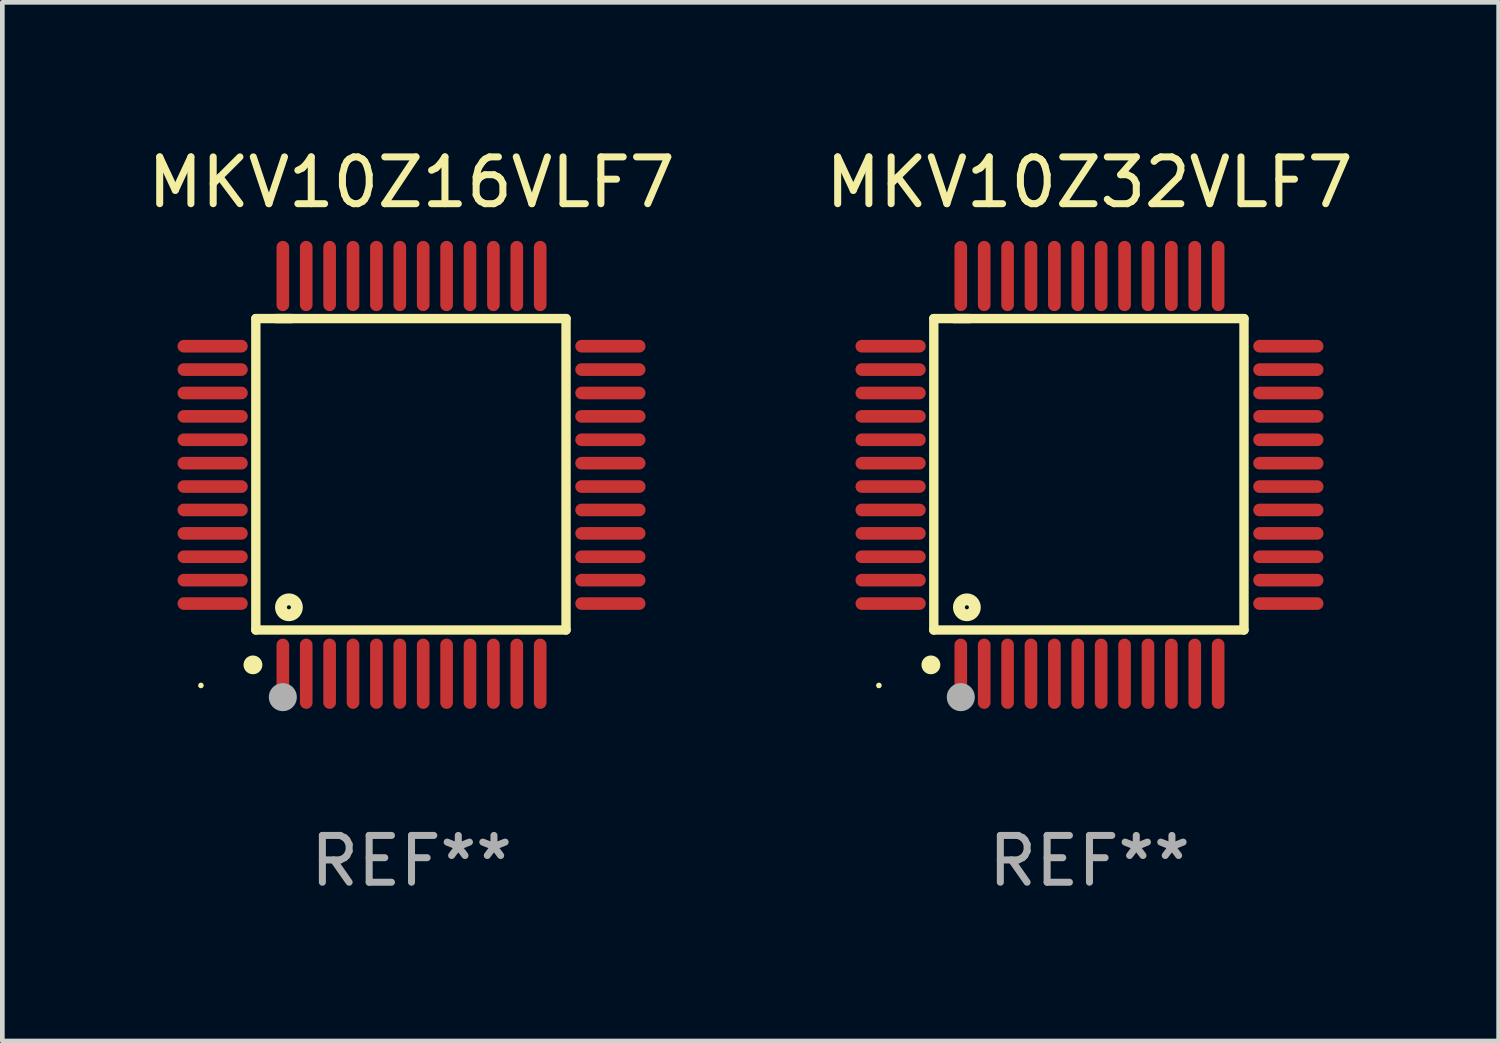
<source format=kicad_pcb>
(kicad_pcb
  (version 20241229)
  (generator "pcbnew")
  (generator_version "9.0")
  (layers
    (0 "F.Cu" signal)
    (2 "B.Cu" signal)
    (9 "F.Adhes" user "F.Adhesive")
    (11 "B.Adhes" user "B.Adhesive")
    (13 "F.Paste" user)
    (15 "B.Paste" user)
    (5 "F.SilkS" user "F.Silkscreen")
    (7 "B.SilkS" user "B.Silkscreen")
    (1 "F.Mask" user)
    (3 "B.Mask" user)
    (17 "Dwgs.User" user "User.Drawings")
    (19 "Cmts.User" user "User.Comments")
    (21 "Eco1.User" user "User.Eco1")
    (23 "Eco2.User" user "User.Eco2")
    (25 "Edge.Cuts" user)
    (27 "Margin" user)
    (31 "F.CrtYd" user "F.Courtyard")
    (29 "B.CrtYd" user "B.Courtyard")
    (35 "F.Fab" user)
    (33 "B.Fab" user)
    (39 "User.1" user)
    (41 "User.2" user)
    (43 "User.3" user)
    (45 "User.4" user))
  (footprint "MKV10Z16VLF7"
    (layer "F.Cu")
    (at 5.744 7.098)
    (property "Reference" "MKV10Z16VLF7" (at 0 -6.25 0) (layer "F.SilkS") (effects (font (size 1 1) (thickness 0.15))))
    (attr through_hole)
    (fp_line (start -3.327 -3.34) (end -2.565 -3.34) (stroke (width 0.2) (type solid)) (layer "F.SilkS"))
    (fp_line (start -3.327 3.315) (end -3.327 -3.34) (stroke (width 0.2) (type solid)) (layer "F.SilkS"))
    (fp_line (start -2.896 -3.34) (end 3.302 -3.34) (stroke (width 0.2) (type solid)) (layer "F.SilkS"))
    (fp_line (start 3.302 -3.34) (end 3.302 3.315) (stroke (width 0.2) (type solid)) (layer "F.SilkS"))
    (fp_line (start 3.302 3.315) (end -3.327 3.315) (stroke (width 0.2) (type solid)) (layer "F.SilkS"))
    (fp_arc (start -3.389992 4.059995) (mid -3.388722 4.059991) (end -3.387452 4.059995) (stroke (width 0.4) (type solid)) (layer "F.SilkS"))
    (fp_circle (center -4.5 4.5) (end -4.47 4.5) (stroke (width 0.06) (type solid)) (fill no) (layer "F.SilkS"))
    (fp_circle (center -2.62 2.83) (end -2.45 2.83) (stroke (width 0.254) (type solid)) (fill no) (layer "F.SilkS"))
    (fp_circle (center -2.75 4.75) (end -2.6 4.75) (stroke (width 0.3) (type solid)) (fill no) (layer "F.Fab"))
    (fp_text user "REF**" (at 0 8.25 0) (layer "F.Fab") (effects (font (size 1 1) (thickness 0.15))))
    (pad "1" smd oval (at -2.75 4.25) (size 0.27 1.5) (layers "F.Cu" "F.Mask" "F.Paste"))
    (pad "2" smd oval (at -2.25 4.25) (size 0.27 1.5) (layers "F.Cu" "F.Mask" "F.Paste"))
    (pad "3" smd oval (at -1.75 4.25) (size 0.27 1.5) (layers "F.Cu" "F.Mask" "F.Paste"))
    (pad "4" smd oval (at -1.25 4.25) (size 0.27 1.5) (layers "F.Cu" "F.Mask" "F.Paste"))
    (pad "5" smd oval (at -0.75 4.25) (size 0.27 1.5) (layers "F.Cu" "F.Mask" "F.Paste"))
    (pad "6" smd oval (at -0.25 4.25) (size 0.27 1.5) (layers "F.Cu" "F.Mask" "F.Paste"))
    (pad "7" smd oval (at 0.25 4.25) (size 0.27 1.5) (layers "F.Cu" "F.Mask" "F.Paste"))
    (pad "8" smd oval (at 0.75 4.25) (size 0.27 1.5) (layers "F.Cu" "F.Mask" "F.Paste"))
    (pad "9" smd oval (at 1.25 4.25) (size 0.27 1.5) (layers "F.Cu" "F.Mask" "F.Paste"))
    (pad "10" smd oval (at 1.75 4.25) (size 0.27 1.5) (layers "F.Cu" "F.Mask" "F.Paste"))
    (pad "11" smd oval (at 2.25 4.25) (size 0.27 1.5) (layers "F.Cu" "F.Mask" "F.Paste"))
    (pad "12" smd oval (at 2.75 4.25) (size 0.27 1.5) (layers "F.Cu" "F.Mask" "F.Paste"))
    (pad "13" smd oval (at 4.25 2.75) (size 1.5 0.27) (layers "F.Cu" "F.Mask" "F.Paste"))
    (pad "14" smd oval (at 4.25 2.25) (size 1.5 0.27) (layers "F.Cu" "F.Mask" "F.Paste"))
    (pad "15" smd oval (at 4.25 1.75) (size 1.5 0.27) (layers "F.Cu" "F.Mask" "F.Paste"))
    (pad "16" smd oval (at 4.25 1.25) (size 1.5 0.27) (layers "F.Cu" "F.Mask" "F.Paste"))
    (pad "17" smd oval (at 4.25 0.75) (size 1.5 0.27) (layers "F.Cu" "F.Mask" "F.Paste"))
    (pad "18" smd oval (at 4.25 0.25) (size 1.5 0.27) (layers "F.Cu" "F.Mask" "F.Paste"))
    (pad "19" smd oval (at 4.25 -0.25) (size 1.5 0.27) (layers "F.Cu" "F.Mask" "F.Paste"))
    (pad "20" smd oval (at 4.25 -0.75) (size 1.5 0.27) (layers "F.Cu" "F.Mask" "F.Paste"))
    (pad "21" smd oval (at 4.25 -1.25) (size 1.5 0.27) (layers "F.Cu" "F.Mask" "F.Paste"))
    (pad "22" smd oval (at 4.25 -1.75) (size 1.5 0.27) (layers "F.Cu" "F.Mask" "F.Paste"))
    (pad "23" smd oval (at 4.25 -2.25) (size 1.5 0.27) (layers "F.Cu" "F.Mask" "F.Paste"))
    (pad "24" smd oval (at 4.25 -2.75) (size 1.5 0.27) (layers "F.Cu" "F.Mask" "F.Paste"))
    (pad "25" smd oval (at 2.75 -4.25) (size 0.27 1.5) (layers "F.Cu" "F.Mask" "F.Paste"))
    (pad "26" smd oval (at 2.25 -4.25) (size 0.27 1.5) (layers "F.Cu" "F.Mask" "F.Paste"))
    (pad "27" smd oval (at 1.75 -4.25) (size 0.27 1.5) (layers "F.Cu" "F.Mask" "F.Paste"))
    (pad "28" smd oval (at 1.25 -4.25) (size 0.27 1.5) (layers "F.Cu" "F.Mask" "F.Paste"))
    (pad "29" smd oval (at 0.75 -4.25) (size 0.27 1.5) (layers "F.Cu" "F.Mask" "F.Paste"))
    (pad "30" smd oval (at 0.25 -4.25) (size 0.27 1.5) (layers "F.Cu" "F.Mask" "F.Paste"))
    (pad "31" smd oval (at -0.25 -4.25) (size 0.27 1.5) (layers "F.Cu" "F.Mask" "F.Paste"))
    (pad "32" smd oval (at -0.75 -4.25) (size 0.27 1.5) (layers "F.Cu" "F.Mask" "F.Paste"))
    (pad "33" smd oval (at -1.25 -4.25) (size 0.27 1.5) (layers "F.Cu" "F.Mask" "F.Paste"))
    (pad "34" smd oval (at -1.75 -4.25) (size 0.27 1.5) (layers "F.Cu" "F.Mask" "F.Paste"))
    (pad "35" smd oval (at -2.25 -4.25) (size 0.27 1.5) (layers "F.Cu" "F.Mask" "F.Paste"))
    (pad "36" smd oval (at -2.75 -4.25) (size 0.27 1.5) (layers "F.Cu" "F.Mask" "F.Paste"))
    (pad "37" smd oval (at -4.25 -2.75) (size 1.5 0.27) (layers "F.Cu" "F.Mask" "F.Paste"))
    (pad "38" smd oval (at -4.25 -2.25) (size 1.5 0.27) (layers "F.Cu" "F.Mask" "F.Paste"))
    (pad "39" smd oval (at -4.25 -1.75) (size 1.5 0.27) (layers "F.Cu" "F.Mask" "F.Paste"))
    (pad "40" smd oval (at -4.25 -1.25) (size 1.5 0.27) (layers "F.Cu" "F.Mask" "F.Paste"))
    (pad "41" smd oval (at -4.25 -0.75) (size 1.5 0.27) (layers "F.Cu" "F.Mask" "F.Paste"))
    (pad "42" smd oval (at -4.25 -0.25) (size 1.5 0.27) (layers "F.Cu" "F.Mask" "F.Paste"))
    (pad "43" smd oval (at -4.25 0.25) (size 1.5 0.27) (layers "F.Cu" "F.Mask" "F.Paste"))
    (pad "44" smd oval (at -4.25 0.75) (size 1.5 0.27) (layers "F.Cu" "F.Mask" "F.Paste"))
    (pad "45" smd oval (at -4.25 1.25) (size 1.5 0.27) (layers "F.Cu" "F.Mask" "F.Paste"))
    (pad "46" smd oval (at -4.25 1.75) (size 1.5 0.27) (layers "F.Cu" "F.Mask" "F.Paste"))
    (pad "47" smd oval (at -4.25 2.25) (size 1.5 0.27) (layers "F.Cu" "F.Mask" "F.Paste"))
    (pad "48" smd oval (at -4.25 2.75) (size 1.5 0.27) (layers "F.Cu" "F.Mask" "F.Paste")))
  (footprint "MKV10Z32VLF7"
    (layer "F.Cu")
    (at 20.232 7.098)
    (property "Reference" "MKV10Z32VLF7" (at 0 -6.25 0) (layer "F.SilkS") (effects (font (size 1 1) (thickness 0.15))))
    (attr through_hole)
    (fp_line (start -3.327 -3.34) (end -2.565 -3.34) (stroke (width 0.2) (type solid)) (layer "F.SilkS"))
    (fp_line (start -3.327 3.315) (end -3.327 -3.34) (stroke (width 0.2) (type solid)) (layer "F.SilkS"))
    (fp_line (start -2.896 -3.34) (end 3.302 -3.34) (stroke (width 0.2) (type solid)) (layer "F.SilkS"))
    (fp_line (start 3.302 -3.34) (end 3.302 3.315) (stroke (width 0.2) (type solid)) (layer "F.SilkS"))
    (fp_line (start 3.302 3.315) (end -3.327 3.315) (stroke (width 0.2) (type solid)) (layer "F.SilkS"))
    (fp_arc (start -3.389992 4.059995) (mid -3.388722 4.059991) (end -3.387452 4.059995) (stroke (width 0.4) (type solid)) (layer "F.SilkS"))
    (fp_circle (center -4.5 4.5) (end -4.47 4.5) (stroke (width 0.06) (type solid)) (fill no) (layer "F.SilkS"))
    (fp_circle (center -2.62 2.83) (end -2.45 2.83) (stroke (width 0.254) (type solid)) (fill no) (layer "F.SilkS"))
    (fp_circle (center -2.75 4.75) (end -2.6 4.75) (stroke (width 0.3) (type solid)) (fill no) (layer "F.Fab"))
    (fp_text user "REF**" (at 0 8.25 0) (layer "F.Fab") (effects (font (size 1 1) (thickness 0.15))))
    (pad "1" smd oval (at -2.75 4.25) (size 0.27 1.5) (layers "F.Cu" "F.Mask" "F.Paste"))
    (pad "2" smd oval (at -2.25 4.25) (size 0.27 1.5) (layers "F.Cu" "F.Mask" "F.Paste"))
    (pad "3" smd oval (at -1.75 4.25) (size 0.27 1.5) (layers "F.Cu" "F.Mask" "F.Paste"))
    (pad "4" smd oval (at -1.25 4.25) (size 0.27 1.5) (layers "F.Cu" "F.Mask" "F.Paste"))
    (pad "5" smd oval (at -0.75 4.25) (size 0.27 1.5) (layers "F.Cu" "F.Mask" "F.Paste"))
    (pad "6" smd oval (at -0.25 4.25) (size 0.27 1.5) (layers "F.Cu" "F.Mask" "F.Paste"))
    (pad "7" smd oval (at 0.25 4.25) (size 0.27 1.5) (layers "F.Cu" "F.Mask" "F.Paste"))
    (pad "8" smd oval (at 0.75 4.25) (size 0.27 1.5) (layers "F.Cu" "F.Mask" "F.Paste"))
    (pad "9" smd oval (at 1.25 4.25) (size 0.27 1.5) (layers "F.Cu" "F.Mask" "F.Paste"))
    (pad "10" smd oval (at 1.75 4.25) (size 0.27 1.5) (layers "F.Cu" "F.Mask" "F.Paste"))
    (pad "11" smd oval (at 2.25 4.25) (size 0.27 1.5) (layers "F.Cu" "F.Mask" "F.Paste"))
    (pad "12" smd oval (at 2.75 4.25) (size 0.27 1.5) (layers "F.Cu" "F.Mask" "F.Paste"))
    (pad "13" smd oval (at 4.25 2.75) (size 1.5 0.27) (layers "F.Cu" "F.Mask" "F.Paste"))
    (pad "14" smd oval (at 4.25 2.25) (size 1.5 0.27) (layers "F.Cu" "F.Mask" "F.Paste"))
    (pad "15" smd oval (at 4.25 1.75) (size 1.5 0.27) (layers "F.Cu" "F.Mask" "F.Paste"))
    (pad "16" smd oval (at 4.25 1.25) (size 1.5 0.27) (layers "F.Cu" "F.Mask" "F.Paste"))
    (pad "17" smd oval (at 4.25 0.75) (size 1.5 0.27) (layers "F.Cu" "F.Mask" "F.Paste"))
    (pad "18" smd oval (at 4.25 0.25) (size 1.5 0.27) (layers "F.Cu" "F.Mask" "F.Paste"))
    (pad "19" smd oval (at 4.25 -0.25) (size 1.5 0.27) (layers "F.Cu" "F.Mask" "F.Paste"))
    (pad "20" smd oval (at 4.25 -0.75) (size 1.5 0.27) (layers "F.Cu" "F.Mask" "F.Paste"))
    (pad "21" smd oval (at 4.25 -1.25) (size 1.5 0.27) (layers "F.Cu" "F.Mask" "F.Paste"))
    (pad "22" smd oval (at 4.25 -1.75) (size 1.5 0.27) (layers "F.Cu" "F.Mask" "F.Paste"))
    (pad "23" smd oval (at 4.25 -2.25) (size 1.5 0.27) (layers "F.Cu" "F.Mask" "F.Paste"))
    (pad "24" smd oval (at 4.25 -2.75) (size 1.5 0.27) (layers "F.Cu" "F.Mask" "F.Paste"))
    (pad "25" smd oval (at 2.75 -4.25) (size 0.27 1.5) (layers "F.Cu" "F.Mask" "F.Paste"))
    (pad "26" smd oval (at 2.25 -4.25) (size 0.27 1.5) (layers "F.Cu" "F.Mask" "F.Paste"))
    (pad "27" smd oval (at 1.75 -4.25) (size 0.27 1.5) (layers "F.Cu" "F.Mask" "F.Paste"))
    (pad "28" smd oval (at 1.25 -4.25) (size 0.27 1.5) (layers "F.Cu" "F.Mask" "F.Paste"))
    (pad "29" smd oval (at 0.75 -4.25) (size 0.27 1.5) (layers "F.Cu" "F.Mask" "F.Paste"))
    (pad "30" smd oval (at 0.25 -4.25) (size 0.27 1.5) (layers "F.Cu" "F.Mask" "F.Paste"))
    (pad "31" smd oval (at -0.25 -4.25) (size 0.27 1.5) (layers "F.Cu" "F.Mask" "F.Paste"))
    (pad "32" smd oval (at -0.75 -4.25) (size 0.27 1.5) (layers "F.Cu" "F.Mask" "F.Paste"))
    (pad "33" smd oval (at -1.25 -4.25) (size 0.27 1.5) (layers "F.Cu" "F.Mask" "F.Paste"))
    (pad "34" smd oval (at -1.75 -4.25) (size 0.27 1.5) (layers "F.Cu" "F.Mask" "F.Paste"))
    (pad "35" smd oval (at -2.25 -4.25) (size 0.27 1.5) (layers "F.Cu" "F.Mask" "F.Paste"))
    (pad "36" smd oval (at -2.75 -4.25) (size 0.27 1.5) (layers "F.Cu" "F.Mask" "F.Paste"))
    (pad "37" smd oval (at -4.25 -2.75) (size 1.5 0.27) (layers "F.Cu" "F.Mask" "F.Paste"))
    (pad "38" smd oval (at -4.25 -2.25) (size 1.5 0.27) (layers "F.Cu" "F.Mask" "F.Paste"))
    (pad "39" smd oval (at -4.25 -1.75) (size 1.5 0.27) (layers "F.Cu" "F.Mask" "F.Paste"))
    (pad "40" smd oval (at -4.25 -1.25) (size 1.5 0.27) (layers "F.Cu" "F.Mask" "F.Paste"))
    (pad "41" smd oval (at -4.25 -0.75) (size 1.5 0.27) (layers "F.Cu" "F.Mask" "F.Paste"))
    (pad "42" smd oval (at -4.25 -0.25) (size 1.5 0.27) (layers "F.Cu" "F.Mask" "F.Paste"))
    (pad "43" smd oval (at -4.25 0.25) (size 1.5 0.27) (layers "F.Cu" "F.Mask" "F.Paste"))
    (pad "44" smd oval (at -4.25 0.75) (size 1.5 0.27) (layers "F.Cu" "F.Mask" "F.Paste"))
    (pad "45" smd oval (at -4.25 1.25) (size 1.5 0.27) (layers "F.Cu" "F.Mask" "F.Paste"))
    (pad "46" smd oval (at -4.25 1.75) (size 1.5 0.27) (layers "F.Cu" "F.Mask" "F.Paste"))
    (pad "47" smd oval (at -4.25 2.25) (size 1.5 0.27) (layers "F.Cu" "F.Mask" "F.Paste"))
    (pad "48" smd oval (at -4.25 2.75) (size 1.5 0.27) (layers "F.Cu" "F.Mask" "F.Paste")))
  (gr_rect
    (start -3 -3)
    (end 28.976 19.196)
    (stroke (width 0.1) (type default))
    (fill no)
    (layer "Edge.Cuts")))
</source>
